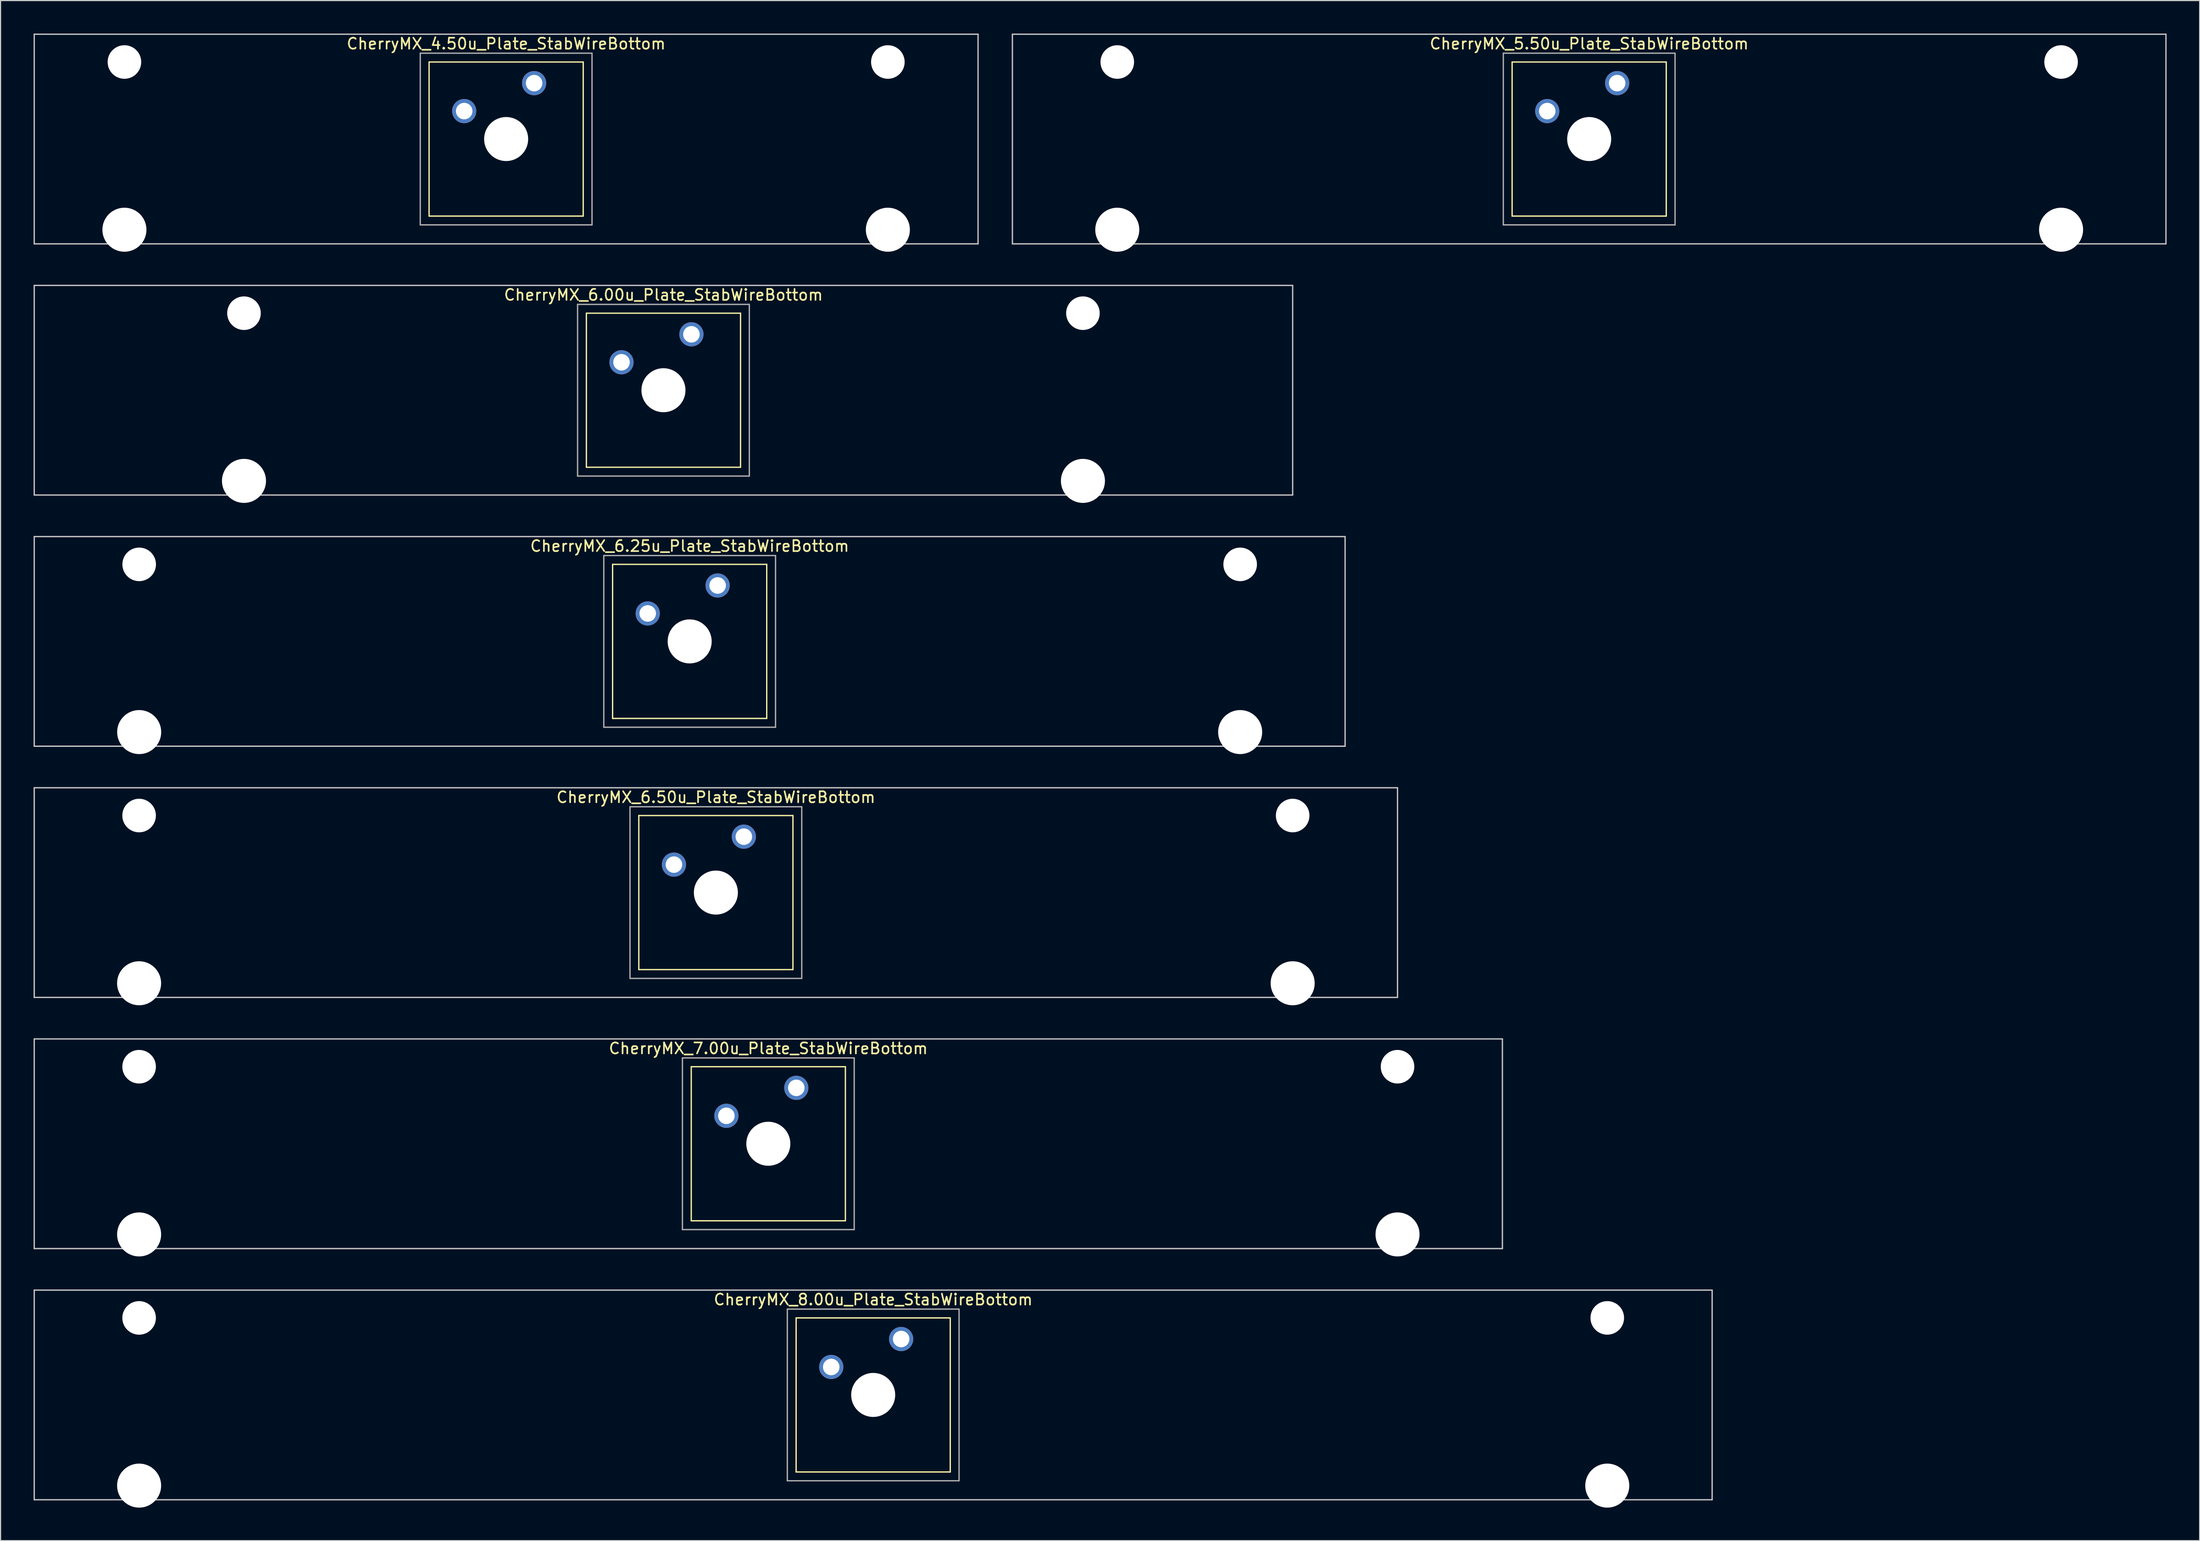
<source format=kicad_pcb>
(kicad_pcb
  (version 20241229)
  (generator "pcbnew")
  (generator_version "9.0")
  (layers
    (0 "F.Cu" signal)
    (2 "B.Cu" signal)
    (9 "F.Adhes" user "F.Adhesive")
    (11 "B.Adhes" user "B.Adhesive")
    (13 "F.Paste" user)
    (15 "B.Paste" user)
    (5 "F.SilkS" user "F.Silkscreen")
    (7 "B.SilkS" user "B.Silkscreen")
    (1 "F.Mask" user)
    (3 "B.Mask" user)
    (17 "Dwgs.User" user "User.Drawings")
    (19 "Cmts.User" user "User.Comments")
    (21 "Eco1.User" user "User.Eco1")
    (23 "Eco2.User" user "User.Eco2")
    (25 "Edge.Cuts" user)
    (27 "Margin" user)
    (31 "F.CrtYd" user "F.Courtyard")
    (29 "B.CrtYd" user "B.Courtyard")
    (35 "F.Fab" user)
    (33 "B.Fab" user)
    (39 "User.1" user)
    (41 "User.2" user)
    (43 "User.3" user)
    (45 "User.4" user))
  (footprint "CherryMX_4.50u_Plate_StabWireBottom"
    (layer "F.Cu")
    (at 42.922 9.585)
    (property "Reference" "CherryMX_4.50u_Plate_StabWireBottom" (at 0 -8.662 0) (layer "F.SilkS") (effects (font (size 1 1) (thickness 0.15))))
    (attr through_hole)
    (fp_line (start -7 -7) (end -7 7) (stroke (width 0.12) (type solid)) (layer "F.SilkS"))
    (fp_line (start -7 -7) (end 7 -7) (stroke (width 0.12) (type solid)) (layer "F.SilkS"))
    (fp_line (start 7 -7) (end 7 7) (stroke (width 0.12) (type solid)) (layer "F.SilkS"))
    (fp_line (start 7 7) (end -7 7) (stroke (width 0.12) (type solid)) (layer "F.SilkS"))
    (fp_line (start -42.862 -9.525) (end 42.862 -9.525) (stroke (width 0.12) (type solid)) (layer "Dwgs.User"))
    (fp_line (start -42.862 9.525) (end -42.862 -9.525) (stroke (width 0.12) (type solid)) (layer "Dwgs.User"))
    (fp_line (start 42.862 -9.525) (end 42.862 9.525) (stroke (width 0.12) (type solid)) (layer "Dwgs.User"))
    (fp_line (start 42.862 9.525) (end -42.862 9.525) (stroke (width 0.12) (type solid)) (layer "Dwgs.User"))
    (fp_line (start -7.8 -7.8) (end -7.8 7.8) (stroke (width 0.12) (type solid)) (layer "F.Fab"))
    (fp_line (start -7.8 -7.8) (end 7.8 -7.8) (stroke (width 0.12) (type solid)) (layer "F.Fab"))
    (fp_line (start -7.8 7.8) (end 7.8 7.8) (stroke (width 0.12) (type solid)) (layer "F.Fab"))
    (fp_line (start 7.8 -7.8) (end 7.8 7.8) (stroke (width 0.12) (type solid)) (layer "F.Fab"))
    (pad "" np_thru_hole circle (at -34.671 -7) (size 3.05 3.05) (drill 3.05) (layers "*.Cu" "*.Mask"))
    (pad "" np_thru_hole circle (at -34.671 8.24) (size 4 4) (drill 4) (layers "*.Cu" "*.Mask"))
    (pad "" np_thru_hole circle (at 0 0) (size 4 4) (drill 4) (layers "*.Cu" "*.Mask"))
    (pad "" np_thru_hole circle (at 34.671 -7) (size 3.05 3.05) (drill 3.05) (layers "*.Cu" "*.Mask"))
    (pad "" np_thru_hole circle (at 34.671 8.24) (size 4 4) (drill 4) (layers "*.Cu" "*.Mask"))
    (pad "1" thru_hole circle (at -3.81 -2.54) (size 2.2 2.2) (drill 1.5) (layers "*.Cu" "*.Mask"))
    (pad "2" thru_hole circle (at 2.54 -5.08) (size 2.2 2.2) (drill 1.5) (layers "*.Cu" "*.Mask")))
  (footprint "CherryMX_7.00u_Plate_StabWireBottom"
    (layer "F.Cu")
    (at 66.735 100.885)
    (property "Reference" "CherryMX_7.00u_Plate_StabWireBottom" (at 0 -8.662 0) (layer "F.SilkS") (effects (font (size 1 1) (thickness 0.15))))
    (attr through_hole)
    (fp_line (start -7 -7) (end -7 7) (stroke (width 0.12) (type solid)) (layer "F.SilkS"))
    (fp_line (start -7 -7) (end 7 -7) (stroke (width 0.12) (type solid)) (layer "F.SilkS"))
    (fp_line (start 7 -7) (end 7 7) (stroke (width 0.12) (type solid)) (layer "F.SilkS"))
    (fp_line (start 7 7) (end -7 7) (stroke (width 0.12) (type solid)) (layer "F.SilkS"))
    (fp_line (start -66.675 -9.525) (end 66.675 -9.525) (stroke (width 0.12) (type solid)) (layer "Dwgs.User"))
    (fp_line (start -66.675 9.525) (end -66.675 -9.525) (stroke (width 0.12) (type solid)) (layer "Dwgs.User"))
    (fp_line (start 66.675 -9.525) (end 66.675 9.525) (stroke (width 0.12) (type solid)) (layer "Dwgs.User"))
    (fp_line (start 66.675 9.525) (end -66.675 9.525) (stroke (width 0.12) (type solid)) (layer "Dwgs.User"))
    (fp_line (start -7.8 -7.8) (end -7.8 7.8) (stroke (width 0.12) (type solid)) (layer "F.Fab"))
    (fp_line (start -7.8 -7.8) (end 7.8 -7.8) (stroke (width 0.12) (type solid)) (layer "F.Fab"))
    (fp_line (start -7.8 7.8) (end 7.8 7.8) (stroke (width 0.12) (type solid)) (layer "F.Fab"))
    (fp_line (start 7.8 -7.8) (end 7.8 7.8) (stroke (width 0.12) (type solid)) (layer "F.Fab"))
    (pad "" np_thru_hole circle (at -57.15 -7) (size 3.05 3.05) (drill 3.05) (layers "*.Cu" "*.Mask"))
    (pad "" np_thru_hole circle (at -57.15 8.24) (size 4 4) (drill 4) (layers "*.Cu" "*.Mask"))
    (pad "" np_thru_hole circle (at 0 0) (size 4 4) (drill 4) (layers "*.Cu" "*.Mask"))
    (pad "" np_thru_hole circle (at 57.15 -7) (size 3.05 3.05) (drill 3.05) (layers "*.Cu" "*.Mask"))
    (pad "" np_thru_hole circle (at 57.15 8.24) (size 4 4) (drill 4) (layers "*.Cu" "*.Mask"))
    (pad "1" thru_hole circle (at -3.81 -2.54) (size 2.2 2.2) (drill 1.5) (layers "*.Cu" "*.Mask"))
    (pad "2" thru_hole circle (at 2.54 -5.08) (size 2.2 2.2) (drill 1.5) (layers "*.Cu" "*.Mask")))
  (footprint "CherryMX_5.50u_Plate_StabWireBottom"
    (layer "F.Cu")
    (at 141.292 9.585)
    (property "Reference" "CherryMX_5.50u_Plate_StabWireBottom" (at 0 -8.662 0) (layer "F.SilkS") (effects (font (size 1 1) (thickness 0.15))))
    (attr through_hole)
    (fp_line (start -7 -7) (end -7 7) (stroke (width 0.12) (type solid)) (layer "F.SilkS"))
    (fp_line (start -7 -7) (end 7 -7) (stroke (width 0.12) (type solid)) (layer "F.SilkS"))
    (fp_line (start 7 -7) (end 7 7) (stroke (width 0.12) (type solid)) (layer "F.SilkS"))
    (fp_line (start 7 7) (end -7 7) (stroke (width 0.12) (type solid)) (layer "F.SilkS"))
    (fp_line (start -52.388 -9.525) (end 52.388 -9.525) (stroke (width 0.12) (type solid)) (layer "Dwgs.User"))
    (fp_line (start -52.388 9.525) (end -52.388 -9.525) (stroke (width 0.12) (type solid)) (layer "Dwgs.User"))
    (fp_line (start 52.388 -9.525) (end 52.388 9.525) (stroke (width 0.12) (type solid)) (layer "Dwgs.User"))
    (fp_line (start 52.388 9.525) (end -52.388 9.525) (stroke (width 0.12) (type solid)) (layer "Dwgs.User"))
    (fp_line (start -7.8 -7.8) (end -7.8 7.8) (stroke (width 0.12) (type solid)) (layer "F.Fab"))
    (fp_line (start -7.8 -7.8) (end 7.8 -7.8) (stroke (width 0.12) (type solid)) (layer "F.Fab"))
    (fp_line (start -7.8 7.8) (end 7.8 7.8) (stroke (width 0.12) (type solid)) (layer "F.Fab"))
    (fp_line (start 7.8 -7.8) (end 7.8 7.8) (stroke (width 0.12) (type solid)) (layer "F.Fab"))
    (pad "" np_thru_hole circle (at -42.862 -7) (size 3.05 3.05) (drill 3.05) (layers "*.Cu" "*.Mask"))
    (pad "" np_thru_hole circle (at -42.862 8.24) (size 4 4) (drill 4) (layers "*.Cu" "*.Mask"))
    (pad "" np_thru_hole circle (at 0 0) (size 4 4) (drill 4) (layers "*.Cu" "*.Mask"))
    (pad "" np_thru_hole circle (at 42.862 -7) (size 3.05 3.05) (drill 3.05) (layers "*.Cu" "*.Mask"))
    (pad "" np_thru_hole circle (at 42.862 8.24) (size 4 4) (drill 4) (layers "*.Cu" "*.Mask"))
    (pad "1" thru_hole circle (at -3.81 -2.54) (size 2.2 2.2) (drill 1.5) (layers "*.Cu" "*.Mask"))
    (pad "2" thru_hole circle (at 2.54 -5.08) (size 2.2 2.2) (drill 1.5) (layers "*.Cu" "*.Mask")))
  (footprint "CherryMX_6.50u_Plate_StabWireBottom"
    (layer "F.Cu")
    (at 61.972 78.06)
    (property "Reference" "CherryMX_6.50u_Plate_StabWireBottom" (at 0 -8.662 0) (layer "F.SilkS") (effects (font (size 1 1) (thickness 0.15))))
    (attr through_hole)
    (fp_line (start -7 -7) (end -7 7) (stroke (width 0.12) (type solid)) (layer "F.SilkS"))
    (fp_line (start -7 -7) (end 7 -7) (stroke (width 0.12) (type solid)) (layer "F.SilkS"))
    (fp_line (start 7 -7) (end 7 7) (stroke (width 0.12) (type solid)) (layer "F.SilkS"))
    (fp_line (start 7 7) (end -7 7) (stroke (width 0.12) (type solid)) (layer "F.SilkS"))
    (fp_line (start -61.913 -9.525) (end 61.913 -9.525) (stroke (width 0.12) (type solid)) (layer "Dwgs.User"))
    (fp_line (start -61.913 9.525) (end -61.913 -9.525) (stroke (width 0.12) (type solid)) (layer "Dwgs.User"))
    (fp_line (start 61.913 -9.525) (end 61.913 9.525) (stroke (width 0.12) (type solid)) (layer "Dwgs.User"))
    (fp_line (start 61.913 9.525) (end -61.913 9.525) (stroke (width 0.12) (type solid)) (layer "Dwgs.User"))
    (fp_line (start -7.8 -7.8) (end -7.8 7.8) (stroke (width 0.12) (type solid)) (layer "F.Fab"))
    (fp_line (start -7.8 -7.8) (end 7.8 -7.8) (stroke (width 0.12) (type solid)) (layer "F.Fab"))
    (fp_line (start -7.8 7.8) (end 7.8 7.8) (stroke (width 0.12) (type solid)) (layer "F.Fab"))
    (fp_line (start 7.8 -7.8) (end 7.8 7.8) (stroke (width 0.12) (type solid)) (layer "F.Fab"))
    (pad "" np_thru_hole circle (at -52.388 -7) (size 3.05 3.05) (drill 3.05) (layers "*.Cu" "*.Mask"))
    (pad "" np_thru_hole circle (at -52.388 8.24) (size 4 4) (drill 4) (layers "*.Cu" "*.Mask"))
    (pad "" np_thru_hole circle (at 0 0) (size 4 4) (drill 4) (layers "*.Cu" "*.Mask"))
    (pad "" np_thru_hole circle (at 52.388 -7) (size 3.05 3.05) (drill 3.05) (layers "*.Cu" "*.Mask"))
    (pad "" np_thru_hole circle (at 52.388 8.24) (size 4 4) (drill 4) (layers "*.Cu" "*.Mask"))
    (pad "1" thru_hole circle (at -3.81 -2.54) (size 2.2 2.2) (drill 1.5) (layers "*.Cu" "*.Mask"))
    (pad "2" thru_hole circle (at 2.54 -5.08) (size 2.2 2.2) (drill 1.5) (layers "*.Cu" "*.Mask")))
  (footprint "CherryMX_8.00u_Plate_StabWireBottom"
    (layer "F.Cu")
    (at 76.26 123.71)
    (property "Reference" "CherryMX_8.00u_Plate_StabWireBottom" (at 0 -8.662 0) (layer "F.SilkS") (effects (font (size 1 1) (thickness 0.15))))
    (attr through_hole)
    (fp_line (start -7 -7) (end -7 7) (stroke (width 0.12) (type solid)) (layer "F.SilkS"))
    (fp_line (start -7 -7) (end 7 -7) (stroke (width 0.12) (type solid)) (layer "F.SilkS"))
    (fp_line (start 7 -7) (end 7 7) (stroke (width 0.12) (type solid)) (layer "F.SilkS"))
    (fp_line (start 7 7) (end -7 7) (stroke (width 0.12) (type solid)) (layer "F.SilkS"))
    (fp_line (start -76.2 -9.525) (end 76.2 -9.525) (stroke (width 0.12) (type solid)) (layer "Dwgs.User"))
    (fp_line (start -76.2 9.525) (end -76.2 -9.525) (stroke (width 0.12) (type solid)) (layer "Dwgs.User"))
    (fp_line (start 76.2 -9.525) (end 76.2 9.525) (stroke (width 0.12) (type solid)) (layer "Dwgs.User"))
    (fp_line (start 76.2 9.525) (end -76.2 9.525) (stroke (width 0.12) (type solid)) (layer "Dwgs.User"))
    (fp_line (start -7.8 -7.8) (end -7.8 7.8) (stroke (width 0.12) (type solid)) (layer "F.Fab"))
    (fp_line (start -7.8 -7.8) (end 7.8 -7.8) (stroke (width 0.12) (type solid)) (layer "F.Fab"))
    (fp_line (start -7.8 7.8) (end 7.8 7.8) (stroke (width 0.12) (type solid)) (layer "F.Fab"))
    (fp_line (start 7.8 -7.8) (end 7.8 7.8) (stroke (width 0.12) (type solid)) (layer "F.Fab"))
    (pad "" np_thru_hole circle (at -66.675 -7) (size 3.05 3.05) (drill 3.05) (layers "*.Cu" "*.Mask"))
    (pad "" np_thru_hole circle (at -66.675 8.24) (size 4 4) (drill 4) (layers "*.Cu" "*.Mask"))
    (pad "" np_thru_hole circle (at 0 0) (size 4 4) (drill 4) (layers "*.Cu" "*.Mask"))
    (pad "" np_thru_hole circle (at 66.675 -7) (size 3.05 3.05) (drill 3.05) (layers "*.Cu" "*.Mask"))
    (pad "" np_thru_hole circle (at 66.675 8.24) (size 4 4) (drill 4) (layers "*.Cu" "*.Mask"))
    (pad "1" thru_hole circle (at -3.81 -2.54) (size 2.2 2.2) (drill 1.5) (layers "*.Cu" "*.Mask"))
    (pad "2" thru_hole circle (at 2.54 -5.08) (size 2.2 2.2) (drill 1.5) (layers "*.Cu" "*.Mask")))
  (footprint "CherryMX_6.25u_Plate_StabWireBottom"
    (layer "F.Cu")
    (at 59.591 55.235)
    (property "Reference" "CherryMX_6.25u_Plate_StabWireBottom" (at 0 -8.662 0) (layer "F.SilkS") (effects (font (size 1 1) (thickness 0.15))))
    (attr through_hole)
    (fp_line (start -7 -7) (end -7 7) (stroke (width 0.12) (type solid)) (layer "F.SilkS"))
    (fp_line (start -7 -7) (end 7 -7) (stroke (width 0.12) (type solid)) (layer "F.SilkS"))
    (fp_line (start 7 -7) (end 7 7) (stroke (width 0.12) (type solid)) (layer "F.SilkS"))
    (fp_line (start 7 7) (end -7 7) (stroke (width 0.12) (type solid)) (layer "F.SilkS"))
    (fp_line (start -59.531 -9.525) (end 59.531 -9.525) (stroke (width 0.12) (type solid)) (layer "Dwgs.User"))
    (fp_line (start -59.531 9.525) (end -59.531 -9.525) (stroke (width 0.12) (type solid)) (layer "Dwgs.User"))
    (fp_line (start 59.531 -9.525) (end 59.531 9.525) (stroke (width 0.12) (type solid)) (layer "Dwgs.User"))
    (fp_line (start 59.531 9.525) (end -59.531 9.525) (stroke (width 0.12) (type solid)) (layer "Dwgs.User"))
    (fp_line (start -7.8 -7.8) (end -7.8 7.8) (stroke (width 0.12) (type solid)) (layer "F.Fab"))
    (fp_line (start -7.8 -7.8) (end 7.8 -7.8) (stroke (width 0.12) (type solid)) (layer "F.Fab"))
    (fp_line (start -7.8 7.8) (end 7.8 7.8) (stroke (width 0.12) (type solid)) (layer "F.Fab"))
    (fp_line (start 7.8 -7.8) (end 7.8 7.8) (stroke (width 0.12) (type solid)) (layer "F.Fab"))
    (pad "" np_thru_hole circle (at -50 -7) (size 3.05 3.05) (drill 3.05) (layers "*.Cu" "*.Mask"))
    (pad "" np_thru_hole circle (at -50 8.24) (size 4 4) (drill 4) (layers "*.Cu" "*.Mask"))
    (pad "" np_thru_hole circle (at 0 0) (size 4 4) (drill 4) (layers "*.Cu" "*.Mask"))
    (pad "" np_thru_hole circle (at 50 -7) (size 3.05 3.05) (drill 3.05) (layers "*.Cu" "*.Mask"))
    (pad "" np_thru_hole circle (at 50 8.24) (size 4 4) (drill 4) (layers "*.Cu" "*.Mask"))
    (pad "1" thru_hole circle (at -3.81 -2.54) (size 2.2 2.2) (drill 1.5) (layers "*.Cu" "*.Mask"))
    (pad "2" thru_hole circle (at 2.54 -5.08) (size 2.2 2.2) (drill 1.5) (layers "*.Cu" "*.Mask")))
  (footprint "CherryMX_6.00u_Plate_StabWireBottom"
    (layer "F.Cu")
    (at 57.21 32.41)
    (property "Reference" "CherryMX_6.00u_Plate_StabWireBottom" (at 0 -8.662 0) (layer "F.SilkS") (effects (font (size 1 1) (thickness 0.15))))
    (attr through_hole)
    (fp_line (start -7 -7) (end -7 7) (stroke (width 0.12) (type solid)) (layer "F.SilkS"))
    (fp_line (start -7 -7) (end 7 -7) (stroke (width 0.12) (type solid)) (layer "F.SilkS"))
    (fp_line (start 7 -7) (end 7 7) (stroke (width 0.12) (type solid)) (layer "F.SilkS"))
    (fp_line (start 7 7) (end -7 7) (stroke (width 0.12) (type solid)) (layer "F.SilkS"))
    (fp_line (start -57.15 -9.525) (end 57.15 -9.525) (stroke (width 0.12) (type solid)) (layer "Dwgs.User"))
    (fp_line (start -57.15 9.525) (end -57.15 -9.525) (stroke (width 0.12) (type solid)) (layer "Dwgs.User"))
    (fp_line (start 57.15 -9.525) (end 57.15 9.525) (stroke (width 0.12) (type solid)) (layer "Dwgs.User"))
    (fp_line (start 57.15 9.525) (end -57.15 9.525) (stroke (width 0.12) (type solid)) (layer "Dwgs.User"))
    (fp_line (start -7.8 -7.8) (end -7.8 7.8) (stroke (width 0.12) (type solid)) (layer "F.Fab"))
    (fp_line (start -7.8 -7.8) (end 7.8 -7.8) (stroke (width 0.12) (type solid)) (layer "F.Fab"))
    (fp_line (start -7.8 7.8) (end 7.8 7.8) (stroke (width 0.12) (type solid)) (layer "F.Fab"))
    (fp_line (start 7.8 -7.8) (end 7.8 7.8) (stroke (width 0.12) (type solid)) (layer "F.Fab"))
    (pad "" np_thru_hole circle (at -38.1 -7) (size 3.05 3.05) (drill 3.05) (layers "*.Cu" "*.Mask"))
    (pad "" np_thru_hole circle (at -38.1 8.24) (size 4 4) (drill 4) (layers "*.Cu" "*.Mask"))
    (pad "" np_thru_hole circle (at 0 0) (size 4 4) (drill 4) (layers "*.Cu" "*.Mask"))
    (pad "" np_thru_hole circle (at 38.1 -7) (size 3.05 3.05) (drill 3.05) (layers "*.Cu" "*.Mask"))
    (pad "" np_thru_hole circle (at 38.1 8.24) (size 4 4) (drill 4) (layers "*.Cu" "*.Mask"))
    (pad "1" thru_hole circle (at -3.81 -2.54) (size 2.2 2.2) (drill 1.5) (layers "*.Cu" "*.Mask"))
    (pad "2" thru_hole circle (at 2.54 -5.08) (size 2.2 2.2) (drill 1.5) (layers "*.Cu" "*.Mask")))
  (gr_rect
    (start -3 -3)
    (end 196.74 136.95)
    (stroke (width 0.1) (type default))
    (fill no)
    (layer "Edge.Cuts")))
</source>
